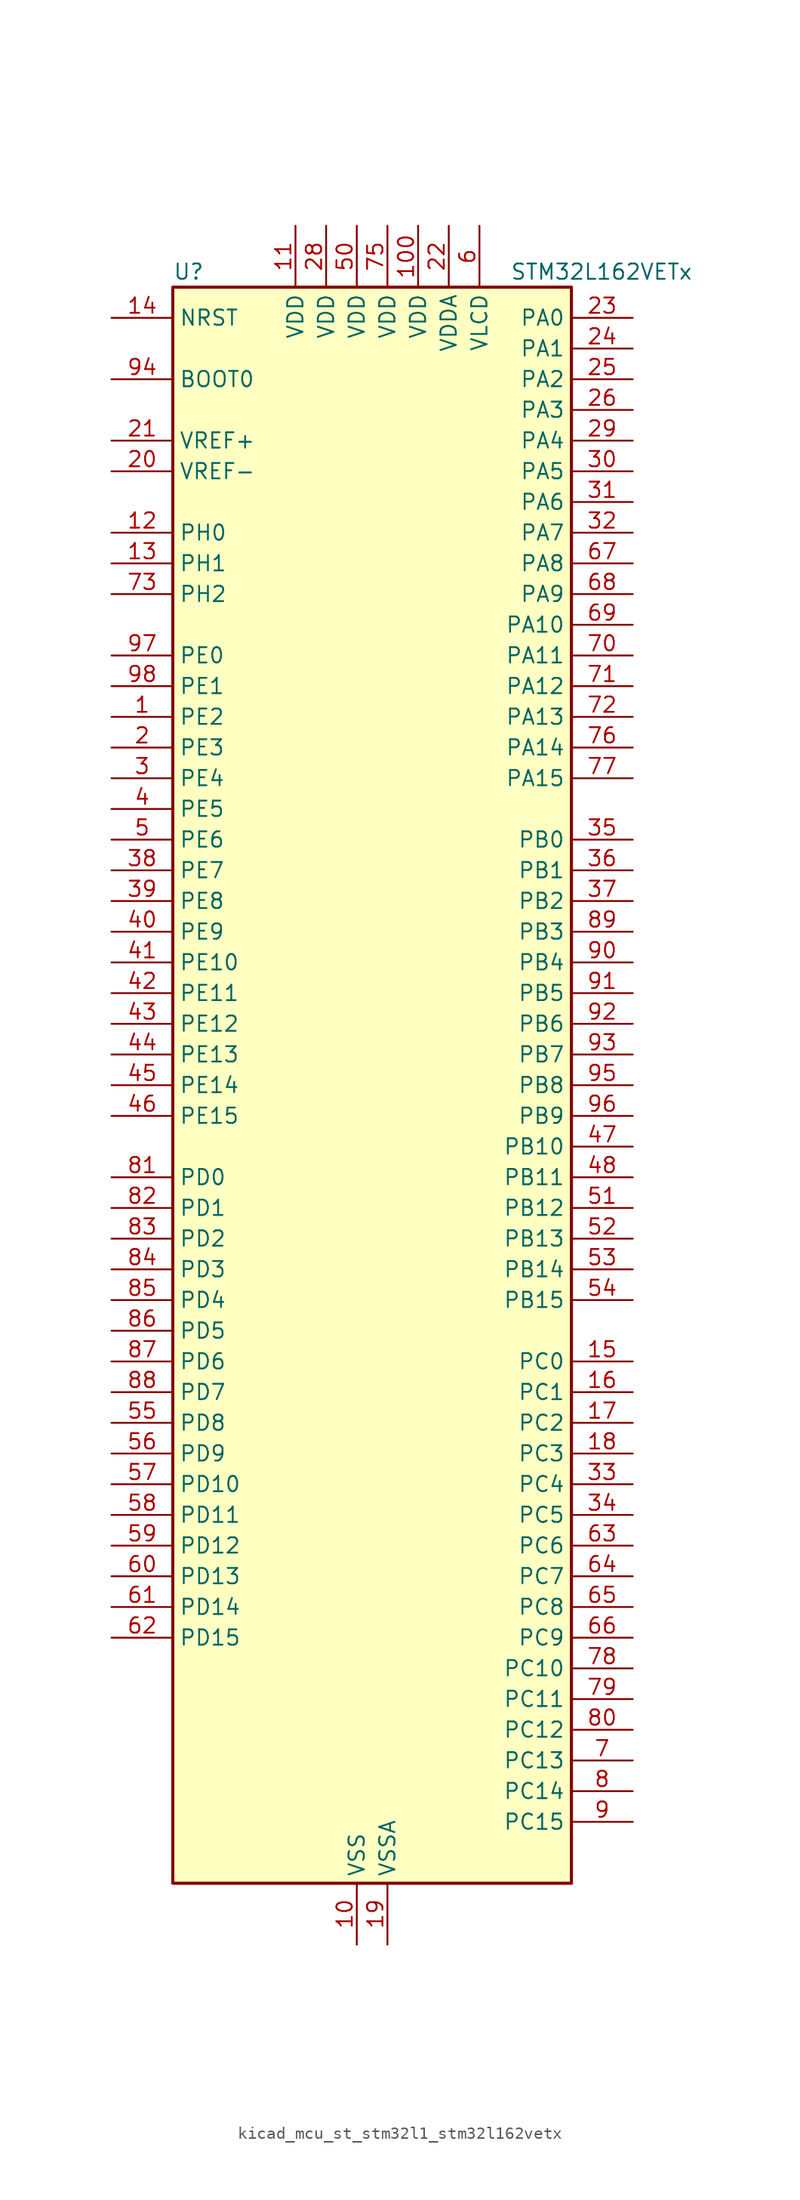
<source format=kicad_sym>
(kicad_symbol_lib
  (version 20220914)
  (generator kicad_symbol_editor)
  (symbol "kicad_mcu_st_stm32l1_stm32l162vetx"
    (property "Reference" "U"
      (at -15.24 67.31 0)
      (effects (font (size 1.27 1.27)) (justify left)))
    (property "Value" "STM32L162VETx"
      (at 12.7 67.31 0)
      (effects (font (size 1.27 1.27)) (justify left)))
    (property "ki_locked" ""
      (at 0 0 0)
      (effects (font (size 1.27 1.27))))
    (symbol "kicad_mcu_st_stm32l1_stm32l162vetx_0_1"
      (rectangle (start -15.24 -66.04) (end 17.78 66.04) (stroke (width 0.254) (type default)) (fill (type background))))
    (symbol "kicad_mcu_st_stm32l1_stm32l162vetx_1_1"
      (pin bidirectional line (at -20.32 30.48 0) (length 5.08) (name "PE2" (effects (font (size 1.27 1.27)))) (number "1" (effects (font (size 1.27 1.27)))) (alternate "LCD_SEG38" bidirectional line) (alternate "SYS_TRACECK" bidirectional line) (alternate "TIM3_ETR" bidirectional line) (alternate "TIMX_IC3" bidirectional line))
      (pin power_in line (at 0 -71.12 90) (length 5.08) (name "VSS" (effects (font (size 1.27 1.27)))) (number "10" (effects (font (size 1.27 1.27)))))
      (pin power_in line (at 5.08 71.12 270) (length 5.08) (name "VDD" (effects (font (size 1.27 1.27)))) (number "100" (effects (font (size 1.27 1.27)))))
      (pin power_in line (at -5.08 71.12 270) (length 5.08) (name "VDD" (effects (font (size 1.27 1.27)))) (number "11" (effects (font (size 1.27 1.27)))))
      (pin bidirectional line (at -20.32 45.72 0) (length 5.08) (name "PH0" (effects (font (size 1.27 1.27)))) (number "12" (effects (font (size 1.27 1.27)))) (alternate "RCC_OSC_IN" bidirectional line))
      (pin bidirectional line (at -20.32 43.18 0) (length 5.08) (name "PH1" (effects (font (size 1.27 1.27)))) (number "13" (effects (font (size 1.27 1.27)))) (alternate "RCC_OSC_OUT" bidirectional line))
      (pin input line (at -20.32 63.5 0) (length 5.08) (name "NRST" (effects (font (size 1.27 1.27)))) (number "14" (effects (font (size 1.27 1.27)))))
      (pin bidirectional line (at 22.86 -22.86 180) (length 5.08) (name "PC0" (effects (font (size 1.27 1.27)))) (number "15" (effects (font (size 1.27 1.27)))) (alternate "ADC_IN10" bidirectional line) (alternate "COMP1_INP" bidirectional line) (alternate "LCD_SEG18" bidirectional line) (alternate "TIMX_IC1" bidirectional line) (alternate "TS_G8_IO1" bidirectional line))
      (pin bidirectional line (at 22.86 -25.4 180) (length 5.08) (name "PC1" (effects (font (size 1.27 1.27)))) (number "16" (effects (font (size 1.27 1.27)))) (alternate "ADC_IN11" bidirectional line) (alternate "COMP1_INP" bidirectional line) (alternate "LCD_SEG19" bidirectional line) (alternate "TIMX_IC2" bidirectional line) (alternate "TS_G8_IO2" bidirectional line))
      (pin bidirectional line (at 22.86 -27.94 180) (length 5.08) (name "PC2" (effects (font (size 1.27 1.27)))) (number "17" (effects (font (size 1.27 1.27)))) (alternate "ADC_IN12" bidirectional line) (alternate "COMP1_INP" bidirectional line) (alternate "LCD_SEG20" bidirectional line) (alternate "TIMX_IC3" bidirectional line) (alternate "TS_G8_IO3" bidirectional line))
      (pin bidirectional line (at 22.86 -30.48 180) (length 5.08) (name "PC3" (effects (font (size 1.27 1.27)))) (number "18" (effects (font (size 1.27 1.27)))) (alternate "ADC_IN13" bidirectional line) (alternate "COMP1_INP" bidirectional line) (alternate "LCD_SEG21" bidirectional line) (alternate "TIMX_IC4" bidirectional line) (alternate "TS_G8_IO4" bidirectional line))
      (pin power_in line (at 2.54 -71.12 90) (length 5.08) (name "VSSA" (effects (font (size 1.27 1.27)))) (number "19" (effects (font (size 1.27 1.27)))))
      (pin bidirectional line (at -20.32 27.94 0) (length 5.08) (name "PE3" (effects (font (size 1.27 1.27)))) (number "2" (effects (font (size 1.27 1.27)))) (alternate "LCD_SEG39" bidirectional line) (alternate "SYS_TRACED0" bidirectional line) (alternate "TIM3_CH1" bidirectional line) (alternate "TIMX_IC4" bidirectional line))
      (pin input line (at -20.32 50.8 0) (length 5.08) (name "VREF-" (effects (font (size 1.27 1.27)))) (number "20" (effects (font (size 1.27 1.27)))))
      (pin input line (at -20.32 53.34 0) (length 5.08) (name "VREF+" (effects (font (size 1.27 1.27)))) (number "21" (effects (font (size 1.27 1.27)))))
      (pin power_in line (at 7.62 71.12 270) (length 5.08) (name "VDDA" (effects (font (size 1.27 1.27)))) (number "22" (effects (font (size 1.27 1.27)))))
      (pin bidirectional line (at 22.86 63.5 180) (length 5.08) (name "PA0" (effects (font (size 1.27 1.27)))) (number "23" (effects (font (size 1.27 1.27)))) (alternate "ADC_IN0" bidirectional line) (alternate "COMP1_INP" bidirectional line) (alternate "RTC_TAMP2" bidirectional line) (alternate "SYS_WKUP1" bidirectional line) (alternate "TIM2_CH1" bidirectional line) (alternate "TIM2_ETR" bidirectional line) (alternate "TIM5_CH1" bidirectional line) (alternate "TIMX_IC1" bidirectional line) (alternate "TS_G1_IO1" bidirectional line) (alternate "USART2_CTS" bidirectional line))
      (pin bidirectional line (at 22.86 60.96 180) (length 5.08) (name "PA1" (effects (font (size 1.27 1.27)))) (number "24" (effects (font (size 1.27 1.27)))) (alternate "ADC_IN1" bidirectional line) (alternate "COMP1_INP" bidirectional line) (alternate "LCD_SEG0" bidirectional line) (alternate "OPAMP1_VINP" bidirectional line) (alternate "TIM2_CH2" bidirectional line) (alternate "TIM5_CH2" bidirectional line) (alternate "TIMX_IC2" bidirectional line) (alternate "TS_G1_IO2" bidirectional line) (alternate "USART2_RTS" bidirectional line))
      (pin bidirectional line (at 22.86 58.42 180) (length 5.08) (name "PA2" (effects (font (size 1.27 1.27)))) (number "25" (effects (font (size 1.27 1.27)))) (alternate "ADC_IN2" bidirectional line) (alternate "COMP1_INP" bidirectional line) (alternate "LCD_SEG1" bidirectional line) (alternate "OPAMP1_VINM" bidirectional line) (alternate "TIM2_CH3" bidirectional line) (alternate "TIM5_CH3" bidirectional line) (alternate "TIM9_CH1" bidirectional line) (alternate "TIMX_IC3" bidirectional line) (alternate "TS_G1_IO3" bidirectional line) (alternate "USART2_TX" bidirectional line))
      (pin bidirectional line (at 22.86 55.88 180) (length 5.08) (name "PA3" (effects (font (size 1.27 1.27)))) (number "26" (effects (font (size 1.27 1.27)))) (alternate "ADC_IN3" bidirectional line) (alternate "COMP1_INP" bidirectional line) (alternate "LCD_SEG2" bidirectional line) (alternate "OPAMP1_VOUT" bidirectional line) (alternate "TIM2_CH4" bidirectional line) (alternate "TIM5_CH4" bidirectional line) (alternate "TIM9_CH2" bidirectional line) (alternate "TIMX_IC4" bidirectional line) (alternate "TS_G1_IO4" bidirectional line) (alternate "USART2_RX" bidirectional line))
      (pin passive line (at 0 -71.12 90) (length 5.08) hide (name "VSS" (effects (font (size 1.27 1.27)))) (number "27" (effects (font (size 1.27 1.27)))))
      (pin power_in line (at -2.54 71.12 270) (length 5.08) (name "VDD" (effects (font (size 1.27 1.27)))) (number "28" (effects (font (size 1.27 1.27)))))
      (pin bidirectional line (at 22.86 53.34 180) (length 5.08) (name "PA4" (effects (font (size 1.27 1.27)))) (number "29" (effects (font (size 1.27 1.27)))) (alternate "ADC_IN4" bidirectional line) (alternate "COMP1_INP" bidirectional line) (alternate "DAC_OUT1" bidirectional line) (alternate "I2S3_WS" bidirectional line) (alternate "SPI1_NSS" bidirectional line) (alternate "SPI3_NSS" bidirectional line) (alternate "TIMX_IC1" bidirectional line) (alternate "USART2_CK" bidirectional line))
      (pin bidirectional line (at -20.32 25.4 0) (length 5.08) (name "PE4" (effects (font (size 1.27 1.27)))) (number "3" (effects (font (size 1.27 1.27)))) (alternate "SYS_TRACED1" bidirectional line) (alternate "TIM3_CH2" bidirectional line) (alternate "TIMX_IC1" bidirectional line))
      (pin bidirectional line (at 22.86 50.8 180) (length 5.08) (name "PA5" (effects (font (size 1.27 1.27)))) (number "30" (effects (font (size 1.27 1.27)))) (alternate "ADC_IN5" bidirectional line) (alternate "COMP1_INP" bidirectional line) (alternate "DAC_OUT2" bidirectional line) (alternate "SPI1_SCK" bidirectional line) (alternate "TIM2_CH1" bidirectional line) (alternate "TIM2_ETR" bidirectional line) (alternate "TIMX_IC2" bidirectional line))
      (pin bidirectional line (at 22.86 48.26 180) (length 5.08) (name "PA6" (effects (font (size 1.27 1.27)))) (number "31" (effects (font (size 1.27 1.27)))) (alternate "ADC_IN6" bidirectional line) (alternate "COMP1_INP" bidirectional line) (alternate "LCD_SEG3" bidirectional line) (alternate "OPAMP2_VINP" bidirectional line) (alternate "SPI1_MISO" bidirectional line) (alternate "TIM10_CH1" bidirectional line) (alternate "TIM3_CH1" bidirectional line) (alternate "TIMX_IC3" bidirectional line) (alternate "TS_G2_IO1" bidirectional line))
      (pin bidirectional line (at 22.86 45.72 180) (length 5.08) (name "PA7" (effects (font (size 1.27 1.27)))) (number "32" (effects (font (size 1.27 1.27)))) (alternate "ADC_IN7" bidirectional line) (alternate "COMP1_INP" bidirectional line) (alternate "LCD_SEG4" bidirectional line) (alternate "OPAMP2_VINM" bidirectional line) (alternate "SPI1_MOSI" bidirectional line) (alternate "TIM11_CH1" bidirectional line) (alternate "TIM3_CH2" bidirectional line) (alternate "TIMX_IC4" bidirectional line) (alternate "TS_G2_IO2" bidirectional line))
      (pin bidirectional line (at 22.86 -33.02 180) (length 5.08) (name "PC4" (effects (font (size 1.27 1.27)))) (number "33" (effects (font (size 1.27 1.27)))) (alternate "ADC_IN14" bidirectional line) (alternate "COMP1_INP" bidirectional line) (alternate "LCD_SEG22" bidirectional line) (alternate "TIMX_IC1" bidirectional line) (alternate "TS_G9_IO1" bidirectional line))
      (pin bidirectional line (at 22.86 -35.56 180) (length 5.08) (name "PC5" (effects (font (size 1.27 1.27)))) (number "34" (effects (font (size 1.27 1.27)))) (alternate "ADC_IN15" bidirectional line) (alternate "COMP1_INP" bidirectional line) (alternate "LCD_SEG23" bidirectional line) (alternate "TIMX_IC2" bidirectional line) (alternate "TS_G9_IO2" bidirectional line))
      (pin bidirectional line (at 22.86 20.32 180) (length 5.08) (name "PB0" (effects (font (size 1.27 1.27)))) (number "35" (effects (font (size 1.27 1.27)))) (alternate "ADC_IN8" bidirectional line) (alternate "COMP1_INP" bidirectional line) (alternate "LCD_SEG5" bidirectional line) (alternate "OPAMP2_VOUT" bidirectional line) (alternate "SYS_V_REF_OUT" bidirectional line) (alternate "TIM3_CH3" bidirectional line) (alternate "TS_G3_IO1" bidirectional line))
      (pin bidirectional line (at 22.86 17.78 180) (length 5.08) (name "PB1" (effects (font (size 1.27 1.27)))) (number "36" (effects (font (size 1.27 1.27)))) (alternate "ADC_IN9" bidirectional line) (alternate "COMP1_INP" bidirectional line) (alternate "LCD_SEG6" bidirectional line) (alternate "SYS_V_REF_OUT" bidirectional line) (alternate "TIM3_CH4" bidirectional line) (alternate "TS_G3_IO2" bidirectional line))
      (pin bidirectional line (at 22.86 15.24 180) (length 5.08) (name "PB2" (effects (font (size 1.27 1.27)))) (number "37" (effects (font (size 1.27 1.27)))) (alternate "ADC_IN0b" bidirectional line) (alternate "TS_G3_IO3" bidirectional line))
      (pin bidirectional line (at -20.32 17.78 0) (length 5.08) (name "PE7" (effects (font (size 1.27 1.27)))) (number "38" (effects (font (size 1.27 1.27)))) (alternate "ADC_IN22" bidirectional line) (alternate "COMP1_INP" bidirectional line) (alternate "TIMX_IC4" bidirectional line))
      (pin bidirectional line (at -20.32 15.24 0) (length 5.08) (name "PE8" (effects (font (size 1.27 1.27)))) (number "39" (effects (font (size 1.27 1.27)))) (alternate "ADC_IN23" bidirectional line) (alternate "COMP1_INP" bidirectional line) (alternate "TIMX_IC1" bidirectional line))
      (pin bidirectional line (at -20.32 22.86 0) (length 5.08) (name "PE5" (effects (font (size 1.27 1.27)))) (number "4" (effects (font (size 1.27 1.27)))) (alternate "SYS_TRACED2" bidirectional line) (alternate "TIM9_CH1" bidirectional line) (alternate "TIMX_IC2" bidirectional line))
      (pin bidirectional line (at -20.32 12.7 0) (length 5.08) (name "PE9" (effects (font (size 1.27 1.27)))) (number "40" (effects (font (size 1.27 1.27)))) (alternate "ADC_IN24" bidirectional line) (alternate "COMP1_INP" bidirectional line) (alternate "DAC_EXTI9" bidirectional line) (alternate "TIM2_CH1" bidirectional line) (alternate "TIM2_ETR" bidirectional line) (alternate "TIMX_IC2" bidirectional line))
      (pin bidirectional line (at -20.32 10.16 0) (length 5.08) (name "PE10" (effects (font (size 1.27 1.27)))) (number "41" (effects (font (size 1.27 1.27)))) (alternate "ADC_IN25" bidirectional line) (alternate "COMP1_INP" bidirectional line) (alternate "TIM2_CH2" bidirectional line) (alternate "TIMX_IC3" bidirectional line))
      (pin bidirectional line (at -20.32 7.62 0) (length 5.08) (name "PE11" (effects (font (size 1.27 1.27)))) (number "42" (effects (font (size 1.27 1.27)))) (alternate "ADC_EXTI11" bidirectional line) (alternate "TIM2_CH3" bidirectional line) (alternate "TIMX_IC4" bidirectional line))
      (pin bidirectional line (at -20.32 5.08 0) (length 5.08) (name "PE12" (effects (font (size 1.27 1.27)))) (number "43" (effects (font (size 1.27 1.27)))) (alternate "SPI1_NSS" bidirectional line) (alternate "TIM2_CH4" bidirectional line) (alternate "TIMX_IC1" bidirectional line))
      (pin bidirectional line (at -20.32 2.54 0) (length 5.08) (name "PE13" (effects (font (size 1.27 1.27)))) (number "44" (effects (font (size 1.27 1.27)))) (alternate "SPI1_SCK" bidirectional line) (alternate "TIMX_IC2" bidirectional line))
      (pin bidirectional line (at -20.32 0 0) (length 5.08) (name "PE14" (effects (font (size 1.27 1.27)))) (number "45" (effects (font (size 1.27 1.27)))) (alternate "SPI1_MISO" bidirectional line) (alternate "TIMX_IC3" bidirectional line))
      (pin bidirectional line (at -20.32 -2.54 0) (length 5.08) (name "PE15" (effects (font (size 1.27 1.27)))) (number "46" (effects (font (size 1.27 1.27)))) (alternate "ADC_EXTI15" bidirectional line) (alternate "SPI1_MOSI" bidirectional line) (alternate "TIMX_IC4" bidirectional line))
      (pin bidirectional line (at 22.86 -5.08 180) (length 5.08) (name "PB10" (effects (font (size 1.27 1.27)))) (number "47" (effects (font (size 1.27 1.27)))) (alternate "I2C2_SCL" bidirectional line) (alternate "LCD_SEG10" bidirectional line) (alternate "TIM2_CH3" bidirectional line) (alternate "USART3_TX" bidirectional line))
      (pin bidirectional line (at 22.86 -7.62 180) (length 5.08) (name "PB11" (effects (font (size 1.27 1.27)))) (number "48" (effects (font (size 1.27 1.27)))) (alternate "ADC_EXTI11" bidirectional line) (alternate "I2C2_SDA" bidirectional line) (alternate "LCD_SEG11" bidirectional line) (alternate "TIM2_CH4" bidirectional line) (alternate "USART3_RX" bidirectional line))
      (pin passive line (at 0 -71.12 90) (length 5.08) hide (name "VSS" (effects (font (size 1.27 1.27)))) (number "49" (effects (font (size 1.27 1.27)))))
      (pin bidirectional line (at -20.32 20.32 0) (length 5.08) (name "PE6" (effects (font (size 1.27 1.27)))) (number "5" (effects (font (size 1.27 1.27)))) (alternate "RTC_TAMP3" bidirectional line) (alternate "SYS_TRACED3" bidirectional line) (alternate "SYS_WKUP3" bidirectional line) (alternate "TIM9_CH2" bidirectional line) (alternate "TIMX_IC3" bidirectional line))
      (pin power_in line (at 0 71.12 270) (length 5.08) (name "VDD" (effects (font (size 1.27 1.27)))) (number "50" (effects (font (size 1.27 1.27)))))
      (pin bidirectional line (at 22.86 -10.16 180) (length 5.08) (name "PB12" (effects (font (size 1.27 1.27)))) (number "51" (effects (font (size 1.27 1.27)))) (alternate "ADC_IN18" bidirectional line) (alternate "COMP1_INP" bidirectional line) (alternate "I2C2_SMBA" bidirectional line) (alternate "I2S2_WS" bidirectional line) (alternate "LCD_SEG12" bidirectional line) (alternate "SPI2_NSS" bidirectional line) (alternate "TIM10_CH1" bidirectional line) (alternate "TS_G7_IO1" bidirectional line) (alternate "USART3_CK" bidirectional line))
      (pin bidirectional line (at 22.86 -12.7 180) (length 5.08) (name "PB13" (effects (font (size 1.27 1.27)))) (number "52" (effects (font (size 1.27 1.27)))) (alternate "ADC_IN19" bidirectional line) (alternate "COMP1_INP" bidirectional line) (alternate "I2S2_CK" bidirectional line) (alternate "LCD_SEG13" bidirectional line) (alternate "SPI2_SCK" bidirectional line) (alternate "TIM9_CH1" bidirectional line) (alternate "TS_G7_IO2" bidirectional line) (alternate "USART3_CTS" bidirectional line))
      (pin bidirectional line (at 22.86 -15.24 180) (length 5.08) (name "PB14" (effects (font (size 1.27 1.27)))) (number "53" (effects (font (size 1.27 1.27)))) (alternate "ADC_IN20" bidirectional line) (alternate "COMP1_INP" bidirectional line) (alternate "LCD_SEG14" bidirectional line) (alternate "SPI2_MISO" bidirectional line) (alternate "TIM9_CH2" bidirectional line) (alternate "TS_G7_IO3" bidirectional line) (alternate "USART3_RTS" bidirectional line))
      (pin bidirectional line (at 22.86 -17.78 180) (length 5.08) (name "PB15" (effects (font (size 1.27 1.27)))) (number "54" (effects (font (size 1.27 1.27)))) (alternate "ADC_EXTI15" bidirectional line) (alternate "ADC_IN21" bidirectional line) (alternate "COMP1_INP" bidirectional line) (alternate "I2S2_SD" bidirectional line) (alternate "LCD_SEG15" bidirectional line) (alternate "RTC_REFIN" bidirectional line) (alternate "SPI2_MOSI" bidirectional line) (alternate "TIM11_CH1" bidirectional line) (alternate "TS_G7_IO4" bidirectional line))
      (pin bidirectional line (at -20.32 -27.94 0) (length 5.08) (name "PD8" (effects (font (size 1.27 1.27)))) (number "55" (effects (font (size 1.27 1.27)))) (alternate "LCD_SEG28" bidirectional line) (alternate "TIMX_IC1" bidirectional line) (alternate "USART3_TX" bidirectional line))
      (pin bidirectional line (at -20.32 -30.48 0) (length 5.08) (name "PD9" (effects (font (size 1.27 1.27)))) (number "56" (effects (font (size 1.27 1.27)))) (alternate "DAC_EXTI9" bidirectional line) (alternate "LCD_SEG29" bidirectional line) (alternate "TIMX_IC2" bidirectional line) (alternate "USART3_RX" bidirectional line))
      (pin bidirectional line (at -20.32 -33.02 0) (length 5.08) (name "PD10" (effects (font (size 1.27 1.27)))) (number "57" (effects (font (size 1.27 1.27)))) (alternate "LCD_SEG30" bidirectional line) (alternate "TIMX_IC3" bidirectional line) (alternate "USART3_CK" bidirectional line))
      (pin bidirectional line (at -20.32 -35.56 0) (length 5.08) (name "PD11" (effects (font (size 1.27 1.27)))) (number "58" (effects (font (size 1.27 1.27)))) (alternate "ADC_EXTI11" bidirectional line) (alternate "LCD_SEG31" bidirectional line) (alternate "TIMX_IC4" bidirectional line) (alternate "USART3_CTS" bidirectional line))
      (pin bidirectional line (at -20.32 -38.1 0) (length 5.08) (name "PD12" (effects (font (size 1.27 1.27)))) (number "59" (effects (font (size 1.27 1.27)))) (alternate "LCD_SEG32" bidirectional line) (alternate "TIM4_CH1" bidirectional line) (alternate "TIMX_IC1" bidirectional line) (alternate "USART3_RTS" bidirectional line))
      (pin power_in line (at 10.16 71.12 270) (length 5.08) (name "VLCD" (effects (font (size 1.27 1.27)))) (number "6" (effects (font (size 1.27 1.27)))))
      (pin bidirectional line (at -20.32 -40.64 0) (length 5.08) (name "PD13" (effects (font (size 1.27 1.27)))) (number "60" (effects (font (size 1.27 1.27)))) (alternate "LCD_SEG33" bidirectional line) (alternate "TIM4_CH2" bidirectional line) (alternate "TIMX_IC2" bidirectional line))
      (pin bidirectional line (at -20.32 -43.18 0) (length 5.08) (name "PD14" (effects (font (size 1.27 1.27)))) (number "61" (effects (font (size 1.27 1.27)))) (alternate "LCD_SEG34" bidirectional line) (alternate "TIM4_CH3" bidirectional line) (alternate "TIMX_IC3" bidirectional line))
      (pin bidirectional line (at -20.32 -45.72 0) (length 5.08) (name "PD15" (effects (font (size 1.27 1.27)))) (number "62" (effects (font (size 1.27 1.27)))) (alternate "ADC_EXTI15" bidirectional line) (alternate "LCD_SEG35" bidirectional line) (alternate "TIM4_CH4" bidirectional line) (alternate "TIMX_IC4" bidirectional line))
      (pin bidirectional line (at 22.86 -38.1 180) (length 5.08) (name "PC6" (effects (font (size 1.27 1.27)))) (number "63" (effects (font (size 1.27 1.27)))) (alternate "I2S2_MCK" bidirectional line) (alternate "LCD_SEG24" bidirectional line) (alternate "TIM3_CH1" bidirectional line) (alternate "TIMX_IC3" bidirectional line) (alternate "TS_G10_IO1" bidirectional line))
      (pin bidirectional line (at 22.86 -40.64 180) (length 5.08) (name "PC7" (effects (font (size 1.27 1.27)))) (number "64" (effects (font (size 1.27 1.27)))) (alternate "I2S3_MCK" bidirectional line) (alternate "LCD_SEG25" bidirectional line) (alternate "TIM3_CH2" bidirectional line) (alternate "TIMX_IC4" bidirectional line) (alternate "TS_G10_IO2" bidirectional line))
      (pin bidirectional line (at 22.86 -43.18 180) (length 5.08) (name "PC8" (effects (font (size 1.27 1.27)))) (number "65" (effects (font (size 1.27 1.27)))) (alternate "LCD_SEG26" bidirectional line) (alternate "TIM3_CH3" bidirectional line) (alternate "TIMX_IC1" bidirectional line) (alternate "TS_G10_IO3" bidirectional line))
      (pin bidirectional line (at 22.86 -45.72 180) (length 5.08) (name "PC9" (effects (font (size 1.27 1.27)))) (number "66" (effects (font (size 1.27 1.27)))) (alternate "DAC_EXTI9" bidirectional line) (alternate "LCD_SEG27" bidirectional line) (alternate "TIM3_CH4" bidirectional line) (alternate "TIMX_IC2" bidirectional line) (alternate "TS_G10_IO4" bidirectional line))
      (pin bidirectional line (at 22.86 43.18 180) (length 5.08) (name "PA8" (effects (font (size 1.27 1.27)))) (number "67" (effects (font (size 1.27 1.27)))) (alternate "LCD_COM0" bidirectional line) (alternate "RCC_MCO" bidirectional line) (alternate "TIMX_IC1" bidirectional line) (alternate "TS_G4_IO1" bidirectional line) (alternate "USART1_CK" bidirectional line))
      (pin bidirectional line (at 22.86 40.64 180) (length 5.08) (name "PA9" (effects (font (size 1.27 1.27)))) (number "68" (effects (font (size 1.27 1.27)))) (alternate "DAC_EXTI9" bidirectional line) (alternate "LCD_COM1" bidirectional line) (alternate "TIMX_IC2" bidirectional line) (alternate "TS_G4_IO2" bidirectional line) (alternate "USART1_TX" bidirectional line))
      (pin bidirectional line (at 22.86 38.1 180) (length 5.08) (name "PA10" (effects (font (size 1.27 1.27)))) (number "69" (effects (font (size 1.27 1.27)))) (alternate "LCD_COM2" bidirectional line) (alternate "TIMX_IC3" bidirectional line) (alternate "TS_G4_IO3" bidirectional line) (alternate "USART1_RX" bidirectional line))
      (pin bidirectional line (at 22.86 -55.88 180) (length 5.08) (name "PC13" (effects (font (size 1.27 1.27)))) (number "7" (effects (font (size 1.27 1.27)))) (alternate "RTC_OUT_ALARM" bidirectional line) (alternate "RTC_OUT_CALIB" bidirectional line) (alternate "RTC_TAMP1" bidirectional line) (alternate "RTC_TS" bidirectional line) (alternate "SYS_WKUP2" bidirectional line) (alternate "TIMX_IC2" bidirectional line))
      (pin bidirectional line (at 22.86 35.56 180) (length 5.08) (name "PA11" (effects (font (size 1.27 1.27)))) (number "70" (effects (font (size 1.27 1.27)))) (alternate "ADC_EXTI11" bidirectional line) (alternate "SPI1_MISO" bidirectional line) (alternate "TIMX_IC4" bidirectional line) (alternate "USART1_CTS" bidirectional line) (alternate "USB_DM" bidirectional line))
      (pin bidirectional line (at 22.86 33.02 180) (length 5.08) (name "PA12" (effects (font (size 1.27 1.27)))) (number "71" (effects (font (size 1.27 1.27)))) (alternate "SPI1_MOSI" bidirectional line) (alternate "TIMX_IC1" bidirectional line) (alternate "USART1_RTS" bidirectional line) (alternate "USB_DP" bidirectional line))
      (pin bidirectional line (at 22.86 30.48 180) (length 5.08) (name "PA13" (effects (font (size 1.27 1.27)))) (number "72" (effects (font (size 1.27 1.27)))) (alternate "SYS_JTMS-SWDIO" bidirectional line) (alternate "TIMX_IC2" bidirectional line) (alternate "TS_G5_IO1" bidirectional line))
      (pin bidirectional line (at -20.32 40.64 0) (length 5.08) (name "PH2" (effects (font (size 1.27 1.27)))) (number "73" (effects (font (size 1.27 1.27)))))
      (pin passive line (at 0 -71.12 90) (length 5.08) hide (name "VSS" (effects (font (size 1.27 1.27)))) (number "74" (effects (font (size 1.27 1.27)))))
      (pin power_in line (at 2.54 71.12 270) (length 5.08) (name "VDD" (effects (font (size 1.27 1.27)))) (number "75" (effects (font (size 1.27 1.27)))))
      (pin bidirectional line (at 22.86 27.94 180) (length 5.08) (name "PA14" (effects (font (size 1.27 1.27)))) (number "76" (effects (font (size 1.27 1.27)))) (alternate "SYS_JTCK-SWCLK" bidirectional line) (alternate "TIMX_IC3" bidirectional line) (alternate "TS_G5_IO2" bidirectional line))
      (pin bidirectional line (at 22.86 25.4 180) (length 5.08) (name "PA15" (effects (font (size 1.27 1.27)))) (number "77" (effects (font (size 1.27 1.27)))) (alternate "ADC_EXTI15" bidirectional line) (alternate "I2S3_WS" bidirectional line) (alternate "LCD_SEG17" bidirectional line) (alternate "SPI1_NSS" bidirectional line) (alternate "SPI3_NSS" bidirectional line) (alternate "SYS_JTDI" bidirectional line) (alternate "TIM2_CH1" bidirectional line) (alternate "TIM2_ETR" bidirectional line) (alternate "TIMX_IC4" bidirectional line) (alternate "TS_G5_IO3" bidirectional line))
      (pin bidirectional line (at 22.86 -48.26 180) (length 5.08) (name "PC10" (effects (font (size 1.27 1.27)))) (number "78" (effects (font (size 1.27 1.27)))) (alternate "I2S3_CK" bidirectional line) (alternate "LCD_COM4" bidirectional line) (alternate "LCD_SEG28" bidirectional line) (alternate "LCD_SEG40" bidirectional line) (alternate "SPI3_SCK" bidirectional line) (alternate "TIMX_IC3" bidirectional line) (alternate "UART4_TX" bidirectional line) (alternate "USART3_TX" bidirectional line))
      (pin bidirectional line (at 22.86 -50.8 180) (length 5.08) (name "PC11" (effects (font (size 1.27 1.27)))) (number "79" (effects (font (size 1.27 1.27)))) (alternate "ADC_EXTI11" bidirectional line) (alternate "LCD_COM5" bidirectional line) (alternate "LCD_SEG29" bidirectional line) (alternate "LCD_SEG41" bidirectional line) (alternate "SPI3_MISO" bidirectional line) (alternate "TIMX_IC4" bidirectional line) (alternate "UART4_RX" bidirectional line) (alternate "USART3_RX" bidirectional line))
      (pin bidirectional line (at 22.86 -58.42 180) (length 5.08) (name "PC14" (effects (font (size 1.27 1.27)))) (number "8" (effects (font (size 1.27 1.27)))) (alternate "RCC_OSC32_IN" bidirectional line) (alternate "TIMX_IC3" bidirectional line))
      (pin bidirectional line (at 22.86 -53.34 180) (length 5.08) (name "PC12" (effects (font (size 1.27 1.27)))) (number "80" (effects (font (size 1.27 1.27)))) (alternate "I2S3_SD" bidirectional line) (alternate "LCD_COM6" bidirectional line) (alternate "LCD_SEG30" bidirectional line) (alternate "LCD_SEG42" bidirectional line) (alternate "SPI3_MOSI" bidirectional line) (alternate "TIMX_IC1" bidirectional line) (alternate "UART5_TX" bidirectional line) (alternate "USART3_CK" bidirectional line))
      (pin bidirectional line (at -20.32 -7.62 0) (length 5.08) (name "PD0" (effects (font (size 1.27 1.27)))) (number "81" (effects (font (size 1.27 1.27)))) (alternate "I2S2_WS" bidirectional line) (alternate "SPI2_NSS" bidirectional line) (alternate "TIM9_CH1" bidirectional line) (alternate "TIMX_IC1" bidirectional line))
      (pin bidirectional line (at -20.32 -10.16 0) (length 5.08) (name "PD1" (effects (font (size 1.27 1.27)))) (number "82" (effects (font (size 1.27 1.27)))) (alternate "I2S2_CK" bidirectional line) (alternate "SPI2_SCK" bidirectional line) (alternate "TIMX_IC2" bidirectional line))
      (pin bidirectional line (at -20.32 -12.7 0) (length 5.08) (name "PD2" (effects (font (size 1.27 1.27)))) (number "83" (effects (font (size 1.27 1.27)))) (alternate "LCD_COM7" bidirectional line) (alternate "LCD_SEG31" bidirectional line) (alternate "LCD_SEG43" bidirectional line) (alternate "TIM3_ETR" bidirectional line) (alternate "TIMX_IC3" bidirectional line) (alternate "UART5_RX" bidirectional line))
      (pin bidirectional line (at -20.32 -15.24 0) (length 5.08) (name "PD3" (effects (font (size 1.27 1.27)))) (number "84" (effects (font (size 1.27 1.27)))) (alternate "SPI2_MISO" bidirectional line) (alternate "TIMX_IC4" bidirectional line) (alternate "USART2_CTS" bidirectional line))
      (pin bidirectional line (at -20.32 -17.78 0) (length 5.08) (name "PD4" (effects (font (size 1.27 1.27)))) (number "85" (effects (font (size 1.27 1.27)))) (alternate "I2S2_SD" bidirectional line) (alternate "SPI2_MOSI" bidirectional line) (alternate "TIMX_IC1" bidirectional line) (alternate "USART2_RTS" bidirectional line))
      (pin bidirectional line (at -20.32 -20.32 0) (length 5.08) (name "PD5" (effects (font (size 1.27 1.27)))) (number "86" (effects (font (size 1.27 1.27)))) (alternate "TIMX_IC2" bidirectional line) (alternate "USART2_TX" bidirectional line))
      (pin bidirectional line (at -20.32 -22.86 0) (length 5.08) (name "PD6" (effects (font (size 1.27 1.27)))) (number "87" (effects (font (size 1.27 1.27)))) (alternate "TIMX_IC3" bidirectional line) (alternate "USART2_RX" bidirectional line))
      (pin bidirectional line (at -20.32 -25.4 0) (length 5.08) (name "PD7" (effects (font (size 1.27 1.27)))) (number "88" (effects (font (size 1.27 1.27)))) (alternate "TIM9_CH2" bidirectional line) (alternate "TIMX_IC4" bidirectional line) (alternate "USART2_CK" bidirectional line))
      (pin bidirectional line (at 22.86 12.7 180) (length 5.08) (name "PB3" (effects (font (size 1.27 1.27)))) (number "89" (effects (font (size 1.27 1.27)))) (alternate "COMP2_INM" bidirectional line) (alternate "I2S3_CK" bidirectional line) (alternate "LCD_SEG7" bidirectional line) (alternate "SPI1_SCK" bidirectional line) (alternate "SPI3_SCK" bidirectional line) (alternate "SYS_JTDO-TRACESWO" bidirectional line) (alternate "TIM2_CH2" bidirectional line))
      (pin bidirectional line (at 22.86 -60.96 180) (length 5.08) (name "PC15" (effects (font (size 1.27 1.27)))) (number "9" (effects (font (size 1.27 1.27)))) (alternate "ADC_EXTI15" bidirectional line) (alternate "RCC_OSC32_OUT" bidirectional line) (alternate "TIMX_IC4" bidirectional line))
      (pin bidirectional line (at 22.86 10.16 180) (length 5.08) (name "PB4" (effects (font (size 1.27 1.27)))) (number "90" (effects (font (size 1.27 1.27)))) (alternate "COMP2_INP" bidirectional line) (alternate "LCD_SEG8" bidirectional line) (alternate "SPI1_MISO" bidirectional line) (alternate "SPI3_MISO" bidirectional line) (alternate "SYS_JTRST" bidirectional line) (alternate "TIM3_CH1" bidirectional line) (alternate "TS_G6_IO1" bidirectional line))
      (pin bidirectional line (at 22.86 7.62 180) (length 5.08) (name "PB5" (effects (font (size 1.27 1.27)))) (number "91" (effects (font (size 1.27 1.27)))) (alternate "COMP2_INP" bidirectional line) (alternate "I2C1_SMBA" bidirectional line) (alternate "I2S3_SD" bidirectional line) (alternate "LCD_SEG9" bidirectional line) (alternate "SPI1_MOSI" bidirectional line) (alternate "SPI3_MOSI" bidirectional line) (alternate "TIM3_CH2" bidirectional line) (alternate "TS_G6_IO2" bidirectional line))
      (pin bidirectional line (at 22.86 5.08 180) (length 5.08) (name "PB6" (effects (font (size 1.27 1.27)))) (number "92" (effects (font (size 1.27 1.27)))) (alternate "COMP2_INP" bidirectional line) (alternate "I2C1_SCL" bidirectional line) (alternate "TIM4_CH1" bidirectional line) (alternate "TS_G6_IO3" bidirectional line) (alternate "USART1_TX" bidirectional line))
      (pin bidirectional line (at 22.86 2.54 180) (length 5.08) (name "PB7" (effects (font (size 1.27 1.27)))) (number "93" (effects (font (size 1.27 1.27)))) (alternate "COMP2_INP" bidirectional line) (alternate "I2C1_SDA" bidirectional line) (alternate "SYS_PVD_IN" bidirectional line) (alternate "TIM4_CH2" bidirectional line) (alternate "TS_G6_IO4" bidirectional line) (alternate "USART1_RX" bidirectional line))
      (pin input line (at -20.32 58.42 0) (length 5.08) (name "BOOT0" (effects (font (size 1.27 1.27)))) (number "94" (effects (font (size 1.27 1.27)))))
      (pin bidirectional line (at 22.86 0 180) (length 5.08) (name "PB8" (effects (font (size 1.27 1.27)))) (number "95" (effects (font (size 1.27 1.27)))) (alternate "I2C1_SCL" bidirectional line) (alternate "LCD_SEG16" bidirectional line) (alternate "TIM10_CH1" bidirectional line) (alternate "TIM4_CH3" bidirectional line))
      (pin bidirectional line (at 22.86 -2.54 180) (length 5.08) (name "PB9" (effects (font (size 1.27 1.27)))) (number "96" (effects (font (size 1.27 1.27)))) (alternate "DAC_EXTI9" bidirectional line) (alternate "I2C1_SDA" bidirectional line) (alternate "LCD_COM3" bidirectional line) (alternate "TIM11_CH1" bidirectional line) (alternate "TIM4_CH4" bidirectional line))
      (pin bidirectional line (at -20.32 35.56 0) (length 5.08) (name "PE0" (effects (font (size 1.27 1.27)))) (number "97" (effects (font (size 1.27 1.27)))) (alternate "LCD_SEG36" bidirectional line) (alternate "TIM10_CH1" bidirectional line) (alternate "TIM4_ETR" bidirectional line) (alternate "TIMX_IC1" bidirectional line))
      (pin bidirectional line (at -20.32 33.02 0) (length 5.08) (name "PE1" (effects (font (size 1.27 1.27)))) (number "98" (effects (font (size 1.27 1.27)))) (alternate "LCD_SEG37" bidirectional line) (alternate "TIM11_CH1" bidirectional line) (alternate "TIMX_IC2" bidirectional line))
      (pin passive line (at 0 -71.12 90) (length 5.08) hide (name "VSS" (effects (font (size 1.27 1.27)))) (number "99" (effects (font (size 1.27 1.27))))))))
</source>
